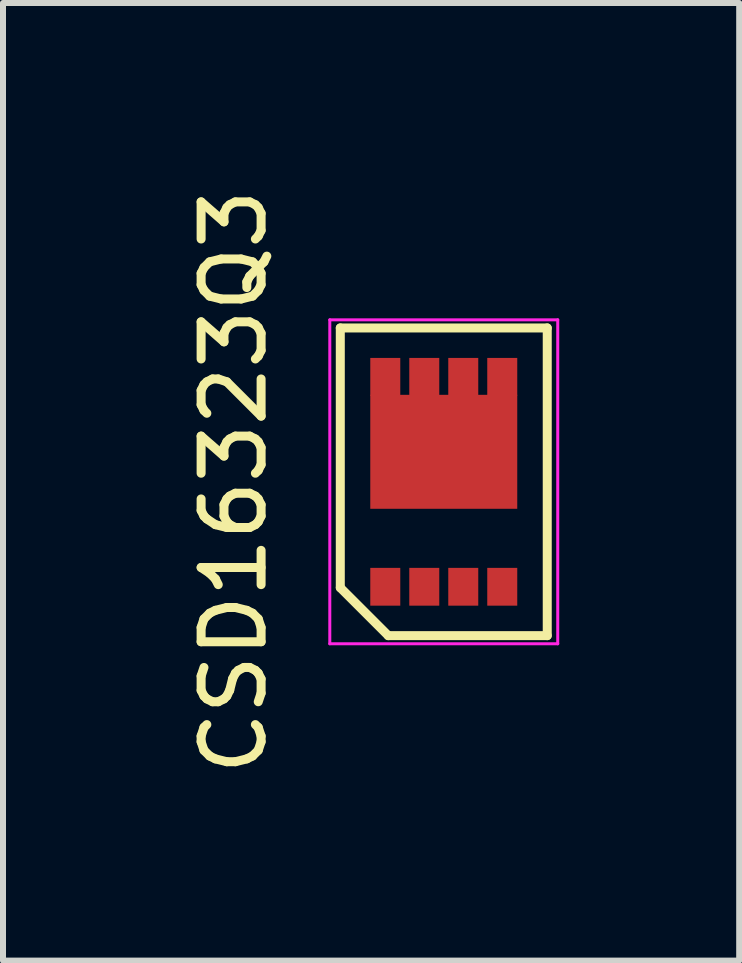
<source format=kicad_pcb>
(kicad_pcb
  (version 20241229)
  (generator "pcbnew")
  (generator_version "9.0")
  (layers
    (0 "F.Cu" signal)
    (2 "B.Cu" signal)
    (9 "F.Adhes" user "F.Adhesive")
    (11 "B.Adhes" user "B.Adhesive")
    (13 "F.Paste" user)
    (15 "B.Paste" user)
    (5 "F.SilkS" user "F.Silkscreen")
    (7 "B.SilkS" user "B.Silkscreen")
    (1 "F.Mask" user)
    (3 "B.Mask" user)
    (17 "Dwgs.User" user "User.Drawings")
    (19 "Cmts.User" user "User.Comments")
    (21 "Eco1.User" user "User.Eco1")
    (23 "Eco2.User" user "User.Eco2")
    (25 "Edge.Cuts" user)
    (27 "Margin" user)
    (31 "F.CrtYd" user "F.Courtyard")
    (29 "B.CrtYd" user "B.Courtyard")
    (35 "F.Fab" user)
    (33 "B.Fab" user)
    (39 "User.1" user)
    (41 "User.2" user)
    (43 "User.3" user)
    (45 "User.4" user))
  (footprint "CSD16323Q3"
    (layer "F.Cu")
    (at 4.348 4.982)
    (property "Reference" "CSD16323Q3" (at -3.5 0 90) (layer "F.SilkS") (effects (font (size 1 1) (thickness 0.15))))
    (attr smd)
    (fp_line (start -1.725 -2.565) (end 1.725 -2.565) (stroke (width 0.15) (type solid)) (layer "F.SilkS"))
    (fp_line (start -1.725 1.765) (end -1.725 -2.565) (stroke (width 0.15) (type solid)) (layer "F.SilkS"))
    (fp_line (start -0.925 2.565) (end -1.725 1.765) (stroke (width 0.15) (type solid)) (layer "F.SilkS"))
    (fp_line (start 1.725 -2.565) (end 1.725 2.565) (stroke (width 0.15) (type solid)) (layer "F.SilkS"))
    (fp_line (start 1.725 2.565) (end -0.925 2.565) (stroke (width 0.15) (type solid)) (layer "F.SilkS"))
    (fp_line (start -1.9 -2.7) (end 1.9 -2.7) (stroke (width 0.05) (type solid)) (layer "F.CrtYd"))
    (fp_line (start -1.9 2.7) (end -1.9 -2.7) (stroke (width 0.05) (type solid)) (layer "F.CrtYd"))
    (fp_line (start 1.9 -2.7) (end 1.9 2.7) (stroke (width 0.05) (type solid)) (layer "F.CrtYd"))
    (fp_line (start 1.9 2.7) (end -1.9 2.7) (stroke (width 0.05) (type solid)) (layer "F.CrtYd"))
    (pad "1" smd rect (at -0.975 -1.75) (size 0.5 0.63) (layers "F.Cu" "F.Mask" "F.Paste"))
    (pad "1" smd rect (at -0.325 -1.75) (size 0.5 0.63) (layers "F.Cu" "F.Mask" "F.Paste"))
    (pad "1" smd rect (at 0 -0.5) (size 2.45 1.9) (layers "F.Cu" "F.Mask" "F.Paste"))
    (pad "1" smd rect (at 0.325 -1.75) (size 0.5 0.63) (layers "F.Cu" "F.Mask" "F.Paste"))
    (pad "1" smd rect (at 0.975 -1.75) (size 0.5 0.63) (layers "F.Cu" "F.Mask" "F.Paste"))
    (pad "2" smd rect (at 0.975 1.75) (size 0.5 0.63) (layers "F.Cu" "F.Mask" "F.Paste"))
    (pad "3" smd rect (at -0.975 1.75) (size 0.5 0.63) (layers "F.Cu" "F.Mask" "F.Paste"))
    (pad "3" smd rect (at -0.325 1.75) (size 0.5 0.63) (layers "F.Cu" "F.Mask" "F.Paste"))
    (pad "3" smd rect (at 0.325 1.75) (size 0.5 0.63) (layers "F.Cu" "F.Mask" "F.Paste")))
  (gr_rect
    (start -3 -3)
    (end 9.273 12.964)
    (stroke (width 0.1) (type default))
    (fill no)
    (layer "Edge.Cuts")))
</source>
